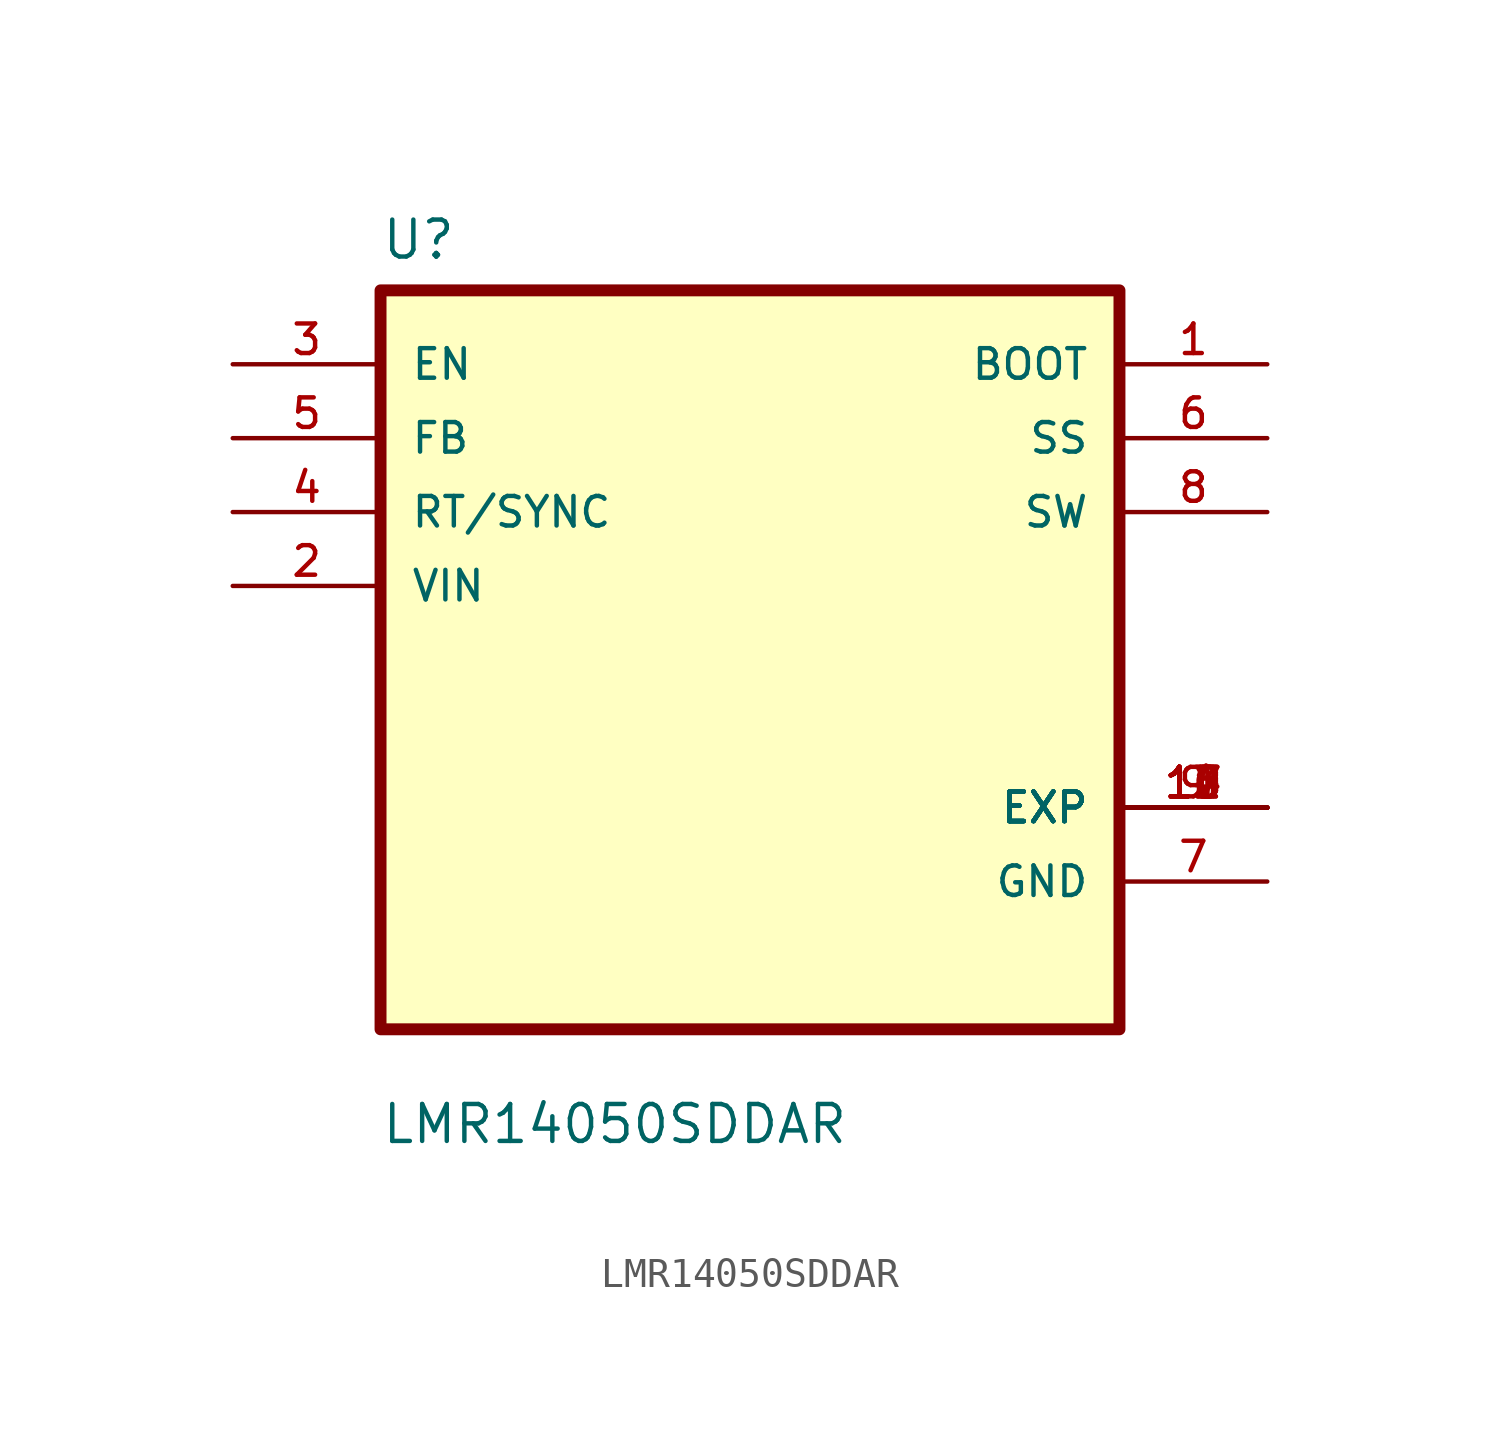
<source format=kicad_sym>
(kicad_symbol_lib
  (version 20211014)
  (generator kicad_symbol_editor)
  (symbol "LMR14050SDDAR"
    (pin_names
      (offset 1.016))
    (property "Reference" "U"
      (at -12.7 13.7 0.0)
      (effects (font (size 1.27 1.27)) (justify bottom left)))
    (property "Value" "LMR14050SDDAR"
      (at -12.7 -16.7 0.0)
      (effects (font (size 1.27 1.27)) (justify bottom left)))
    (symbol "LMR14050SDDAR_0_0"
      (rectangle (start -12.7 -12.7) (end 12.7 12.7) (stroke (width 0.41)) (fill (type background)))
      (pin input line (at -17.78 10.16 0) (length 5.08) (name "EN" (effects (font (size 1.016 1.016)))) (number "3" (effects (font (size 1.016 1.016)))))
      (pin input line (at -17.78 7.62 0) (length 5.08) (name "FB" (effects (font (size 1.016 1.016)))) (number "5" (effects (font (size 1.016 1.016)))))
      (pin input line (at -17.78 5.08 0) (length 5.08) (name "RT/SYNC" (effects (font (size 1.016 1.016)))) (number "4" (effects (font (size 1.016 1.016)))))
      (pin input line (at -17.78 2.54 0) (length 5.08) (name "VIN" (effects (font (size 1.016 1.016)))) (number "2" (effects (font (size 1.016 1.016)))))
      (pin output line (at 17.78 10.16 180.0) (length 5.08) (name "BOOT" (effects (font (size 1.016 1.016)))) (number "1" (effects (font (size 1.016 1.016)))))
      (pin output line (at 17.78 7.62 180.0) (length 5.08) (name "SS" (effects (font (size 1.016 1.016)))) (number "6" (effects (font (size 1.016 1.016)))))
      (pin output line (at 17.78 5.08 180.0) (length 5.08) (name "SW" (effects (font (size 1.016 1.016)))) (number "8" (effects (font (size 1.016 1.016)))))
      (pin power_in line (at 17.78 -5.08 180.0) (length 5.08) (name "EXP" (effects (font (size 1.016 1.016)))) (number "9" (effects (font (size 1.016 1.016)))))
      (pin power_in line (at 17.78 -5.08 180.0) (length 5.08) (name "EXP" (effects (font (size 1.016 1.016)))) (number "10" (effects (font (size 1.016 1.016)))))
      (pin power_in line (at 17.78 -5.08 180.0) (length 5.08) (name "EXP" (effects (font (size 1.016 1.016)))) (number "11" (effects (font (size 1.016 1.016)))))
      (pin power_in line (at 17.78 -5.08 180.0) (length 5.08) (name "EXP" (effects (font (size 1.016 1.016)))) (number "12" (effects (font (size 1.016 1.016)))))
      (pin power_in line (at 17.78 -5.08 180.0) (length 5.08) (name "EXP" (effects (font (size 1.016 1.016)))) (number "13" (effects (font (size 1.016 1.016)))))
      (pin power_in line (at 17.78 -5.08 180.0) (length 5.08) (name "EXP" (effects (font (size 1.016 1.016)))) (number "14" (effects (font (size 1.016 1.016)))))
      (pin power_in line (at 17.78 -5.08 180.0) (length 5.08) (name "EXP" (effects (font (size 1.016 1.016)))) (number "15" (effects (font (size 1.016 1.016)))))
      (pin power_in line (at 17.78 -5.08 180.0) (length 5.08) (name "EXP" (effects (font (size 1.016 1.016)))) (number "16" (effects (font (size 1.016 1.016)))))
      (pin power_in line (at 17.78 -5.08 180.0) (length 5.08) (name "EXP" (effects (font (size 1.016 1.016)))) (number "17" (effects (font (size 1.016 1.016)))))
      (pin power_in line (at 17.78 -7.62 180.0) (length 5.08) (name "GND" (effects (font (size 1.016 1.016)))) (number "7" (effects (font (size 1.016 1.016))))))))
</source>
